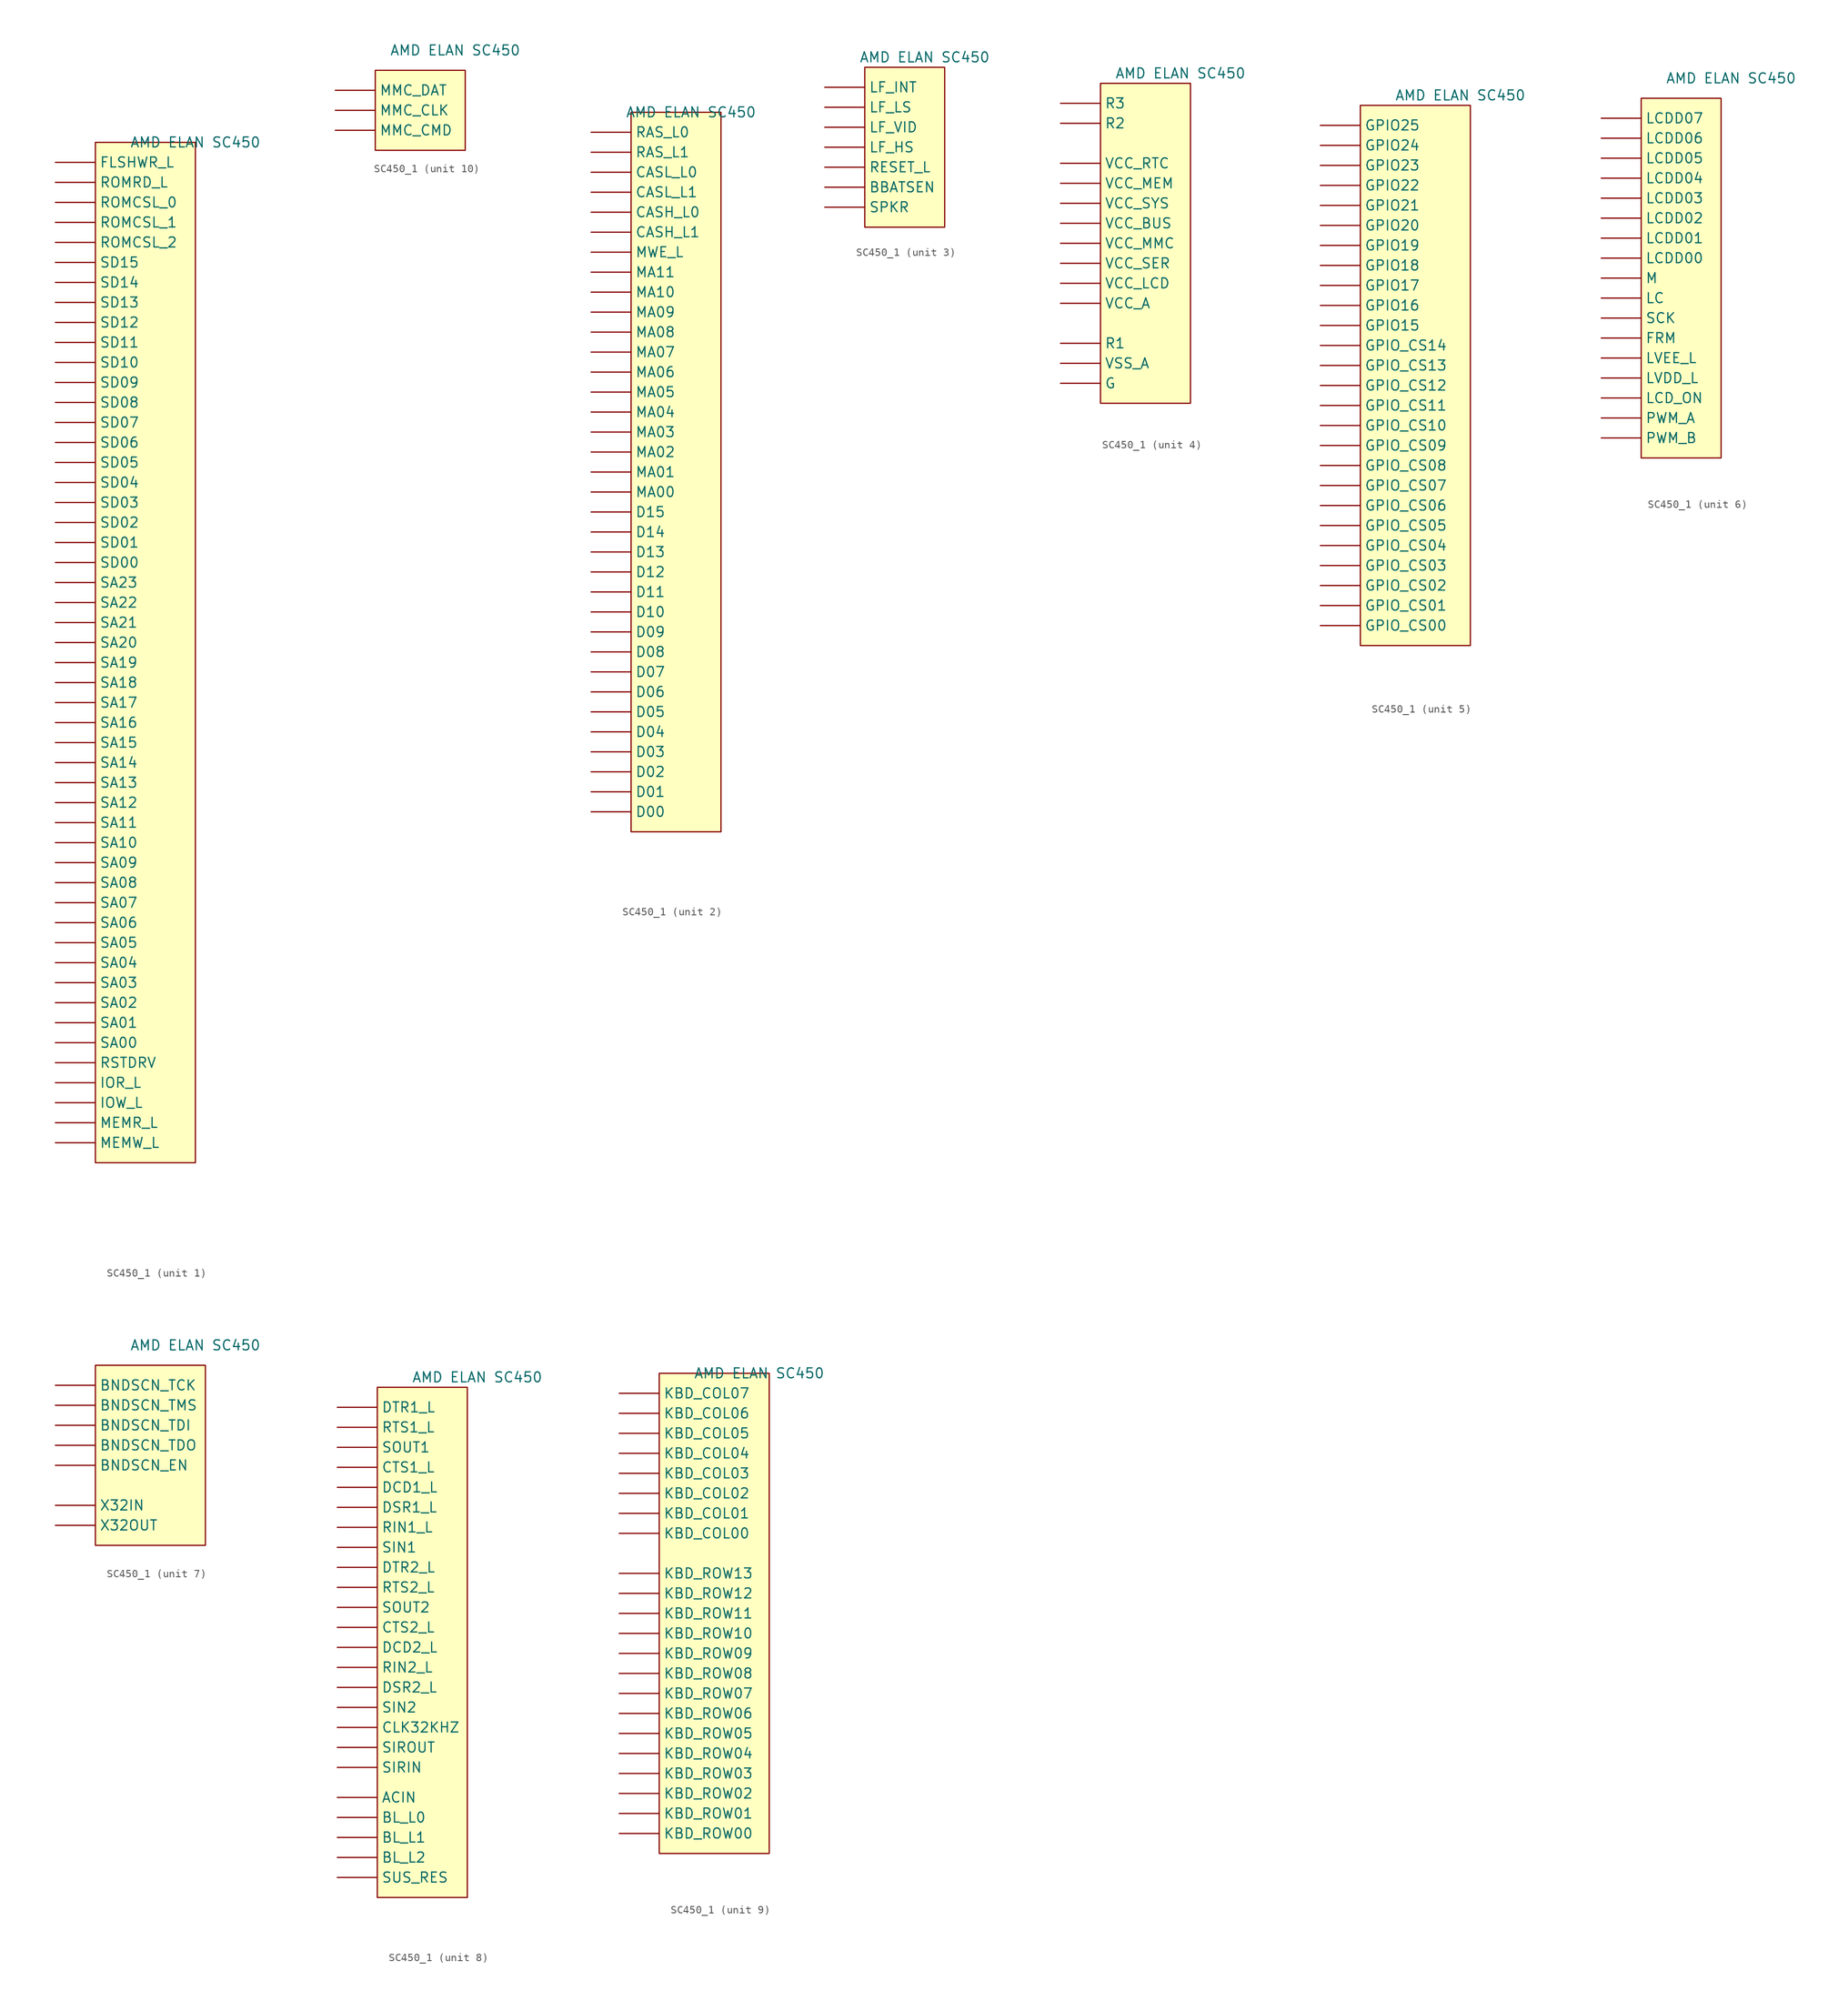
<source format=kicad_sym>
(kicad_symbol_lib
  (version 20241209)
  (generator "kicad_symbol_editor")
  (generator_version "9.0")
  (symbol "SC450_1"
    (property "Reference" "U"
      (at 0 1.27 0)
      (effects (font (size 1.27 1.27)) (hide yes)))
    (property "Value" "AMD ELAN SC450"
      (at 0 0 0)
      (effects (font (size 1.27 1.27))))
    (property "ki_locked" ""
      (at 0 0 0)
      (effects (font (size 1.27 1.27))))
    (symbol "SC450_1_1_1"
      (rectangle (start -12.7 0) (end 0 -129.54) (stroke (width 0) (type solid)) (fill (type background)))
      (pin passive line (at -17.78 -2.54 0) (length 5.08) (name "FLSHWR_L" (effects (font (size 1.27 1.27)))) (number "" (effects (font (size 1.27 1.27)))))
      (pin passive line (at -17.78 -5.08 0) (length 5.08) (name "ROMRD_L" (effects (font (size 1.27 1.27)))) (number "" (effects (font (size 1.27 1.27)))))
      (pin passive line (at -17.78 -7.62 0) (length 5.08) (name "ROMCSL_0" (effects (font (size 1.27 1.27)))) (number "" (effects (font (size 1.27 1.27)))))
      (pin passive line (at -17.78 -10.16 0) (length 5.08) (name "ROMCSL_1" (effects (font (size 1.27 1.27)))) (number "" (effects (font (size 1.27 1.27)))))
      (pin passive line (at -17.78 -12.7 0) (length 5.08) (name "ROMCSL_2" (effects (font (size 1.27 1.27)))) (number "" (effects (font (size 1.27 1.27)))))
      (pin passive line (at -17.78 -15.24 0) (length 5.08) (name "SD15" (effects (font (size 1.27 1.27)))) (number "" (effects (font (size 1.27 1.27)))))
      (pin passive line (at -17.78 -17.78 0) (length 5.08) (name "SD14" (effects (font (size 1.27 1.27)))) (number "" (effects (font (size 1.27 1.27)))))
      (pin passive line (at -17.78 -20.32 0) (length 5.08) (name "SD13" (effects (font (size 1.27 1.27)))) (number "" (effects (font (size 1.27 1.27)))))
      (pin passive line (at -17.78 -22.86 0) (length 5.08) (name "SD12" (effects (font (size 1.27 1.27)))) (number "" (effects (font (size 1.27 1.27)))))
      (pin passive line (at -17.78 -25.4 0) (length 5.08) (name "SD11" (effects (font (size 1.27 1.27)))) (number "" (effects (font (size 1.27 1.27)))))
      (pin passive line (at -17.78 -27.94 0) (length 5.08) (name "SD10" (effects (font (size 1.27 1.27)))) (number "" (effects (font (size 1.27 1.27)))))
      (pin passive line (at -17.78 -30.48 0) (length 5.08) (name "SD09" (effects (font (size 1.27 1.27)))) (number "" (effects (font (size 1.27 1.27)))))
      (pin passive line (at -17.78 -33.02 0) (length 5.08) (name "SD08" (effects (font (size 1.27 1.27)))) (number "" (effects (font (size 1.27 1.27)))))
      (pin passive line (at -17.78 -35.56 0) (length 5.08) (name "SD07" (effects (font (size 1.27 1.27)))) (number "" (effects (font (size 1.27 1.27)))))
      (pin passive line (at -17.78 -38.1 0) (length 5.08) (name "SD06" (effects (font (size 1.27 1.27)))) (number "" (effects (font (size 1.27 1.27)))))
      (pin passive line (at -17.78 -40.64 0) (length 5.08) (name "SD05" (effects (font (size 1.27 1.27)))) (number "" (effects (font (size 1.27 1.27)))))
      (pin passive line (at -17.78 -43.18 0) (length 5.08) (name "SD04" (effects (font (size 1.27 1.27)))) (number "" (effects (font (size 1.27 1.27)))))
      (pin passive line (at -17.78 -45.72 0) (length 5.08) (name "SD03" (effects (font (size 1.27 1.27)))) (number "" (effects (font (size 1.27 1.27)))))
      (pin passive line (at -17.78 -48.26 0) (length 5.08) (name "SD02" (effects (font (size 1.27 1.27)))) (number "" (effects (font (size 1.27 1.27)))))
      (pin passive line (at -17.78 -50.8 0) (length 5.08) (name "SD01" (effects (font (size 1.27 1.27)))) (number "" (effects (font (size 1.27 1.27)))))
      (pin passive line (at -17.78 -53.34 0) (length 5.08) (name "SD00" (effects (font (size 1.27 1.27)))) (number "" (effects (font (size 1.27 1.27)))))
      (pin passive line (at -17.78 -55.88 0) (length 5.08) (name "SA23" (effects (font (size 1.27 1.27)))) (number "" (effects (font (size 1.27 1.27)))))
      (pin passive line (at -17.78 -58.42 0) (length 5.08) (name "SA22" (effects (font (size 1.27 1.27)))) (number "" (effects (font (size 1.27 1.27)))))
      (pin passive line (at -17.78 -60.96 0) (length 5.08) (name "SA21" (effects (font (size 1.27 1.27)))) (number "" (effects (font (size 1.27 1.27)))))
      (pin passive line (at -17.78 -63.5 0) (length 5.08) (name "SA20" (effects (font (size 1.27 1.27)))) (number "" (effects (font (size 1.27 1.27)))))
      (pin passive line (at -17.78 -66.04 0) (length 5.08) (name "SA19" (effects (font (size 1.27 1.27)))) (number "" (effects (font (size 1.27 1.27)))))
      (pin passive line (at -17.78 -68.58 0) (length 5.08) (name "SA18" (effects (font (size 1.27 1.27)))) (number "" (effects (font (size 1.27 1.27)))))
      (pin passive line (at -17.78 -71.12 0) (length 5.08) (name "SA17" (effects (font (size 1.27 1.27)))) (number "" (effects (font (size 1.27 1.27)))))
      (pin passive line (at -17.78 -73.66 0) (length 5.08) (name "SA16" (effects (font (size 1.27 1.27)))) (number "" (effects (font (size 1.27 1.27)))))
      (pin passive line (at -17.78 -76.2 0) (length 5.08) (name "SA15" (effects (font (size 1.27 1.27)))) (number "" (effects (font (size 1.27 1.27)))))
      (pin passive line (at -17.78 -78.74 0) (length 5.08) (name "SA14" (effects (font (size 1.27 1.27)))) (number "" (effects (font (size 1.27 1.27)))))
      (pin passive line (at -17.78 -81.28 0) (length 5.08) (name "SA13" (effects (font (size 1.27 1.27)))) (number "" (effects (font (size 1.27 1.27)))))
      (pin passive line (at -17.78 -83.82 0) (length 5.08) (name "SA12" (effects (font (size 1.27 1.27)))) (number "" (effects (font (size 1.27 1.27)))))
      (pin passive line (at -17.78 -86.36 0) (length 5.08) (name "SA11" (effects (font (size 1.27 1.27)))) (number "" (effects (font (size 1.27 1.27)))))
      (pin passive line (at -17.78 -88.9 0) (length 5.08) (name "SA10" (effects (font (size 1.27 1.27)))) (number "" (effects (font (size 1.27 1.27)))))
      (pin passive line (at -17.78 -91.44 0) (length 5.08) (name "SA09" (effects (font (size 1.27 1.27)))) (number "" (effects (font (size 1.27 1.27)))))
      (pin passive line (at -17.78 -93.98 0) (length 5.08) (name "SA08" (effects (font (size 1.27 1.27)))) (number "" (effects (font (size 1.27 1.27)))))
      (pin passive line (at -17.78 -96.52 0) (length 5.08) (name "SA07" (effects (font (size 1.27 1.27)))) (number "" (effects (font (size 1.27 1.27)))))
      (pin passive line (at -17.78 -99.06 0) (length 5.08) (name "SA06" (effects (font (size 1.27 1.27)))) (number "" (effects (font (size 1.27 1.27)))))
      (pin passive line (at -17.78 -101.6 0) (length 5.08) (name "SA05" (effects (font (size 1.27 1.27)))) (number "" (effects (font (size 1.27 1.27)))))
      (pin passive line (at -17.78 -104.14 0) (length 5.08) (name "SA04" (effects (font (size 1.27 1.27)))) (number "" (effects (font (size 1.27 1.27)))))
      (pin passive line (at -17.78 -106.68 0) (length 5.08) (name "SA03" (effects (font (size 1.27 1.27)))) (number "" (effects (font (size 1.27 1.27)))))
      (pin passive line (at -17.78 -109.22 0) (length 5.08) (name "SA02" (effects (font (size 1.27 1.27)))) (number "" (effects (font (size 1.27 1.27)))))
      (pin passive line (at -17.78 -111.76 0) (length 5.08) (name "SA01" (effects (font (size 1.27 1.27)))) (number "" (effects (font (size 1.27 1.27)))))
      (pin passive line (at -17.78 -114.3 0) (length 5.08) (name "SA00" (effects (font (size 1.27 1.27)))) (number "" (effects (font (size 1.27 1.27)))))
      (pin passive line (at -17.78 -116.84 0) (length 5.08) (name "RSTDRV" (effects (font (size 1.27 1.27)))) (number "" (effects (font (size 1.27 1.27)))))
      (pin passive line (at -17.78 -119.38 0) (length 5.08) (name "IOR_L" (effects (font (size 1.27 1.27)))) (number "" (effects (font (size 1.27 1.27)))))
      (pin passive line (at -17.78 -121.92 0) (length 5.08) (name "IOW_L" (effects (font (size 1.27 1.27)))) (number "" (effects (font (size 1.27 1.27)))))
      (pin passive line (at -17.78 -124.46 0) (length 5.08) (name "MEMR_L" (effects (font (size 1.27 1.27)))) (number "" (effects (font (size 1.27 1.27)))))
      (pin passive line (at -17.78 -127 0) (length 5.08) (name "MEMW_L" (effects (font (size 1.27 1.27)))) (number "" (effects (font (size 1.27 1.27))))))
    (symbol "SC450_1_2_1"
      (rectangle (start -7.62 0) (end 3.81 -91.44) (stroke (width 0) (type solid)) (fill (type background)))
      (pin passive line (at -12.7 -2.54 0) (length 5.08) (name "RAS_L0" (effects (font (size 1.27 1.27)))) (number "" (effects (font (size 1.27 1.27)))))
      (pin passive line (at -12.7 -5.08 0) (length 5.08) (name "RAS_L1" (effects (font (size 1.27 1.27)))) (number "" (effects (font (size 1.27 1.27)))))
      (pin passive line (at -12.7 -7.62 0) (length 5.08) (name "CASL_L0" (effects (font (size 1.27 1.27)))) (number "" (effects (font (size 1.27 1.27)))))
      (pin passive line (at -12.7 -10.16 0) (length 5.08) (name "CASL_L1" (effects (font (size 1.27 1.27)))) (number "" (effects (font (size 1.27 1.27)))))
      (pin passive line (at -12.7 -12.7 0) (length 5.08) (name "CASH_L0" (effects (font (size 1.27 1.27)))) (number "" (effects (font (size 1.27 1.27)))))
      (pin passive line (at -12.7 -15.24 0) (length 5.08) (name "CASH_L1" (effects (font (size 1.27 1.27)))) (number "" (effects (font (size 1.27 1.27)))))
      (pin passive line (at -12.7 -17.78 0) (length 5.08) (name "MWE_L" (effects (font (size 1.27 1.27)))) (number "" (effects (font (size 1.27 1.27)))))
      (pin passive line (at -12.7 -20.32 0) (length 5.08) (name "MA11" (effects (font (size 1.27 1.27)))) (number "" (effects (font (size 1.27 1.27)))))
      (pin passive line (at -12.7 -22.86 0) (length 5.08) (name "MA10" (effects (font (size 1.27 1.27)))) (number "" (effects (font (size 1.27 1.27)))))
      (pin passive line (at -12.7 -25.4 0) (length 5.08) (name "MA09" (effects (font (size 1.27 1.27)))) (number "" (effects (font (size 1.27 1.27)))))
      (pin passive line (at -12.7 -27.94 0) (length 5.08) (name "MA08" (effects (font (size 1.27 1.27)))) (number "" (effects (font (size 1.27 1.27)))))
      (pin passive line (at -12.7 -30.48 0) (length 5.08) (name "MA07" (effects (font (size 1.27 1.27)))) (number "" (effects (font (size 1.27 1.27)))))
      (pin passive line (at -12.7 -33.02 0) (length 5.08) (name "MA06" (effects (font (size 1.27 1.27)))) (number "" (effects (font (size 1.27 1.27)))))
      (pin passive line (at -12.7 -35.56 0) (length 5.08) (name "MA05" (effects (font (size 1.27 1.27)))) (number "" (effects (font (size 1.27 1.27)))))
      (pin passive line (at -12.7 -38.1 0) (length 5.08) (name "MA04" (effects (font (size 1.27 1.27)))) (number "" (effects (font (size 1.27 1.27)))))
      (pin passive line (at -12.7 -40.64 0) (length 5.08) (name "MA03" (effects (font (size 1.27 1.27)))) (number "" (effects (font (size 1.27 1.27)))))
      (pin passive line (at -12.7 -43.18 0) (length 5.08) (name "MA02" (effects (font (size 1.27 1.27)))) (number "" (effects (font (size 1.27 1.27)))))
      (pin passive line (at -12.7 -45.72 0) (length 5.08) (name "MA01" (effects (font (size 1.27 1.27)))) (number "" (effects (font (size 1.27 1.27)))))
      (pin passive line (at -12.7 -48.26 0) (length 5.08) (name "MA00" (effects (font (size 1.27 1.27)))) (number "" (effects (font (size 1.27 1.27)))))
      (pin passive line (at -12.7 -50.8 0) (length 5.08) (name "D15" (effects (font (size 1.27 1.27)))) (number "" (effects (font (size 1.27 1.27)))))
      (pin passive line (at -12.7 -53.34 0) (length 5.08) (name "D14" (effects (font (size 1.27 1.27)))) (number "" (effects (font (size 1.27 1.27)))))
      (pin passive line (at -12.7 -55.88 0) (length 5.08) (name "D13" (effects (font (size 1.27 1.27)))) (number "" (effects (font (size 1.27 1.27)))))
      (pin passive line (at -12.7 -58.42 0) (length 5.08) (name "D12" (effects (font (size 1.27 1.27)))) (number "" (effects (font (size 1.27 1.27)))))
      (pin passive line (at -12.7 -60.96 0) (length 5.08) (name "D11" (effects (font (size 1.27 1.27)))) (number "" (effects (font (size 1.27 1.27)))))
      (pin passive line (at -12.7 -63.5 0) (length 5.08) (name "D10" (effects (font (size 1.27 1.27)))) (number "" (effects (font (size 1.27 1.27)))))
      (pin passive line (at -12.7 -66.04 0) (length 5.08) (name "D09" (effects (font (size 1.27 1.27)))) (number "" (effects (font (size 1.27 1.27)))))
      (pin passive line (at -12.7 -68.58 0) (length 5.08) (name "D08" (effects (font (size 1.27 1.27)))) (number "" (effects (font (size 1.27 1.27)))))
      (pin passive line (at -12.7 -71.12 0) (length 5.08) (name "D07" (effects (font (size 1.27 1.27)))) (number "" (effects (font (size 1.27 1.27)))))
      (pin passive line (at -12.7 -73.66 0) (length 5.08) (name "D06" (effects (font (size 1.27 1.27)))) (number "" (effects (font (size 1.27 1.27)))))
      (pin passive line (at -12.7 -76.2 0) (length 5.08) (name "D05" (effects (font (size 1.27 1.27)))) (number "" (effects (font (size 1.27 1.27)))))
      (pin passive line (at -12.7 -78.74 0) (length 5.08) (name "D04" (effects (font (size 1.27 1.27)))) (number "" (effects (font (size 1.27 1.27)))))
      (pin passive line (at -12.7 -81.28 0) (length 5.08) (name "D03" (effects (font (size 1.27 1.27)))) (number "" (effects (font (size 1.27 1.27)))))
      (pin passive line (at -12.7 -83.82 0) (length 5.08) (name "D02" (effects (font (size 1.27 1.27)))) (number "" (effects (font (size 1.27 1.27)))))
      (pin passive line (at -12.7 -86.36 0) (length 5.08) (name "D01" (effects (font (size 1.27 1.27)))) (number "" (effects (font (size 1.27 1.27)))))
      (pin passive line (at -12.7 -88.9 0) (length 5.08) (name "D00" (effects (font (size 1.27 1.27)))) (number "" (effects (font (size 1.27 1.27))))))
    (symbol "SC450_1_3_1"
      (rectangle (start -7.62 -1.27) (end 2.54 -21.59) (stroke (width 0) (type solid)) (fill (type background)))
      (pin passive line (at -12.7 -3.81 0) (length 5.08) (name "LF_INT" (effects (font (size 1.27 1.27)))) (number "" (effects (font (size 1.27 1.27)))))
      (pin passive line (at -12.7 -6.35 0) (length 5.08) (name "LF_LS" (effects (font (size 1.27 1.27)))) (number "" (effects (font (size 1.27 1.27)))))
      (pin passive line (at -12.7 -8.89 0) (length 5.08) (name "LF_VID" (effects (font (size 1.27 1.27)))) (number "" (effects (font (size 1.27 1.27)))))
      (pin passive line (at -12.7 -11.43 0) (length 5.08) (name "LF_HS" (effects (font (size 1.27 1.27)))) (number "" (effects (font (size 1.27 1.27)))))
      (pin passive line (at -12.7 -13.97 0) (length 5.08) (name "RESET_L" (effects (font (size 1.27 1.27)))) (number "" (effects (font (size 1.27 1.27)))))
      (pin passive line (at -12.7 -16.51 0) (length 5.08) (name "BBATSEN" (effects (font (size 1.27 1.27)))) (number "" (effects (font (size 1.27 1.27)))))
      (pin passive line (at -12.7 -19.05 0) (length 5.08) (name "SPKR" (effects (font (size 1.27 1.27)))) (number "" (effects (font (size 1.27 1.27))))))
    (symbol "SC450_1_4_1"
      (rectangle (start -10.16 -1.27) (end 1.27 -41.91) (stroke (width 0) (type solid)) (fill (type background)))
      (pin passive line (at -15.24 -3.81 0) (length 5.08) (name "R3" (effects (font (size 1.27 1.27)))) (number "" (effects (font (size 1.27 1.27)))))
      (pin passive line (at -15.24 -3.81 0) (length 5.08) (hide yes) (name "R3" (effects (font (size 1.27 1.27)))) (number "" (effects (font (size 1.27 1.27)))))
      (pin passive line (at -15.24 -3.81 0) (length 5.08) (hide yes) (name "R3" (effects (font (size 1.27 1.27)))) (number "" (effects (font (size 1.27 1.27)))))
      (pin passive line (at -15.24 -3.81 0) (length 5.08) (hide yes) (name "R3" (effects (font (size 1.27 1.27)))) (number "" (effects (font (size 1.27 1.27)))))
      (pin passive line (at -15.24 -3.81 0) (length 5.08) (hide yes) (name "R3" (effects (font (size 1.27 1.27)))) (number "" (effects (font (size 1.27 1.27)))))
      (pin passive line (at -15.24 -3.81 0) (length 5.08) (hide yes) (name "R3" (effects (font (size 1.27 1.27)))) (number "" (effects (font (size 1.27 1.27)))))
      (pin passive line (at -15.24 -3.81 0) (length 5.08) (hide yes) (name "R3" (effects (font (size 1.27 1.27)))) (number "" (effects (font (size 1.27 1.27)))))
      (pin passive line (at -15.24 -3.81 0) (length 5.08) (hide yes) (name "R3" (effects (font (size 1.27 1.27)))) (number "" (effects (font (size 1.27 1.27)))))
      (pin passive line (at -15.24 -6.35 0) (length 5.08) (name "R2" (effects (font (size 1.27 1.27)))) (number "" (effects (font (size 1.27 1.27)))))
      (pin passive line (at -15.24 -6.35 0) (length 5.08) (hide yes) (name "R2" (effects (font (size 1.27 1.27)))) (number "" (effects (font (size 1.27 1.27)))))
      (pin passive line (at -15.24 -6.35 0) (length 5.08) (hide yes) (name "R2" (effects (font (size 1.27 1.27)))) (number "" (effects (font (size 1.27 1.27)))))
      (pin passive line (at -15.24 -6.35 0) (length 5.08) (hide yes) (name "R2" (effects (font (size 1.27 1.27)))) (number "" (effects (font (size 1.27 1.27)))))
      (pin passive line (at -15.24 -6.35 0) (length 5.08) (hide yes) (name "R2" (effects (font (size 1.27 1.27)))) (number "" (effects (font (size 1.27 1.27)))))
      (pin passive line (at -15.24 -6.35 0) (length 5.08) (hide yes) (name "R2" (effects (font (size 1.27 1.27)))) (number "" (effects (font (size 1.27 1.27)))))
      (pin passive line (at -15.24 -11.43 0) (length 5.08) (name "VCC_RTC" (effects (font (size 1.27 1.27)))) (number "" (effects (font (size 1.27 1.27)))))
      (pin passive line (at -15.24 -13.97 0) (length 5.08) (name "VCC_MEM" (effects (font (size 1.27 1.27)))) (number "" (effects (font (size 1.27 1.27)))))
      (pin passive line (at -15.24 -13.97 0) (length 5.08) (hide yes) (name "VCC_MEM" (effects (font (size 1.27 1.27)))) (number "" (effects (font (size 1.27 1.27)))))
      (pin passive line (at -15.24 -13.97 0) (length 5.08) (hide yes) (name "VCC_MEM" (effects (font (size 1.27 1.27)))) (number "" (effects (font (size 1.27 1.27)))))
      (pin passive line (at -15.24 -13.97 0) (length 5.08) (hide yes) (name "VCC_MEM" (effects (font (size 1.27 1.27)))) (number "" (effects (font (size 1.27 1.27)))))
      (pin passive line (at -15.24 -13.97 0) (length 5.08) (hide yes) (name "VCC_MEM" (effects (font (size 1.27 1.27)))) (number "" (effects (font (size 1.27 1.27)))))
      (pin passive line (at -15.24 -16.51 0) (length 5.08) (name "VCC_SYS" (effects (font (size 1.27 1.27)))) (number "" (effects (font (size 1.27 1.27)))))
      (pin passive line (at -15.24 -16.51 0) (length 5.08) (hide yes) (name "VCC_SYS" (effects (font (size 1.27 1.27)))) (number "" (effects (font (size 1.27 1.27)))))
      (pin passive line (at -15.24 -16.51 0) (length 5.08) (hide yes) (name "VCC_SYS" (effects (font (size 1.27 1.27)))) (number "" (effects (font (size 1.27 1.27)))))
      (pin passive line (at -15.24 -16.51 0) (length 5.08) (hide yes) (name "VCC_SYS" (effects (font (size 1.27 1.27)))) (number "" (effects (font (size 1.27 1.27)))))
      (pin passive line (at -15.24 -16.51 0) (length 5.08) (hide yes) (name "VCC_SYS" (effects (font (size 1.27 1.27)))) (number "" (effects (font (size 1.27 1.27)))))
      (pin passive line (at -15.24 -19.05 0) (length 5.08) (name "VCC_BUS" (effects (font (size 1.27 1.27)))) (number "" (effects (font (size 1.27 1.27)))))
      (pin passive line (at -15.24 -19.05 0) (length 5.08) (hide yes) (name "VCC_BUS" (effects (font (size 1.27 1.27)))) (number "" (effects (font (size 1.27 1.27)))))
      (pin passive line (at -15.24 -19.05 0) (length 5.08) (hide yes) (name "VCC_BUS" (effects (font (size 1.27 1.27)))) (number "" (effects (font (size 1.27 1.27)))))
      (pin passive line (at -15.24 -19.05 0) (length 5.08) (hide yes) (name "VCC_BUS" (effects (font (size 1.27 1.27)))) (number "" (effects (font (size 1.27 1.27)))))
      (pin passive line (at -15.24 -21.59 0) (length 5.08) (name "VCC_MMC" (effects (font (size 1.27 1.27)))) (number "" (effects (font (size 1.27 1.27)))))
      (pin passive line (at -15.24 -24.13 0) (length 5.08) (name "VCC_SER" (effects (font (size 1.27 1.27)))) (number "" (effects (font (size 1.27 1.27)))))
      (pin passive line (at -15.24 -24.13 0) (length 5.08) (hide yes) (name "VCC_SER" (effects (font (size 1.27 1.27)))) (number "" (effects (font (size 1.27 1.27)))))
      (pin passive line (at -15.24 -26.67 0) (length 5.08) (name "VCC_LCD" (effects (font (size 1.27 1.27)))) (number "" (effects (font (size 1.27 1.27)))))
      (pin passive line (at -15.24 -26.67 0) (length 5.08) (hide yes) (name "VCC_LCD" (effects (font (size 1.27 1.27)))) (number "" (effects (font (size 1.27 1.27)))))
      (pin passive line (at -15.24 -29.21 0) (length 5.08) (name "VCC_A" (effects (font (size 1.27 1.27)))) (number "" (effects (font (size 1.27 1.27)))))
      (pin passive line (at -15.24 -34.29 0) (length 5.08) (name "R1" (effects (font (size 1.27 1.27)))) (number "" (effects (font (size 1.27 1.27)))))
      (pin passive line (at -15.24 -34.29 0) (length 5.08) (hide yes) (name "R1" (effects (font (size 1.27 1.27)))) (number "" (effects (font (size 1.27 1.27)))))
      (pin passive line (at -15.24 -34.29 0) (length 5.08) (hide yes) (name "R1" (effects (font (size 1.27 1.27)))) (number "" (effects (font (size 1.27 1.27)))))
      (pin passive line (at -15.24 -34.29 0) (length 5.08) (hide yes) (name "R1" (effects (font (size 1.27 1.27)))) (number "" (effects (font (size 1.27 1.27)))))
      (pin passive line (at -15.24 -34.29 0) (length 5.08) (hide yes) (name "R1" (effects (font (size 1.27 1.27)))) (number "" (effects (font (size 1.27 1.27)))))
      (pin passive line (at -15.24 -34.29 0) (length 5.08) (hide yes) (name "R1" (effects (font (size 1.27 1.27)))) (number "" (effects (font (size 1.27 1.27)))))
      (pin passive line (at -15.24 -34.29 0) (length 5.08) (hide yes) (name "R1" (effects (font (size 1.27 1.27)))) (number "" (effects (font (size 1.27 1.27)))))
      (pin passive line (at -15.24 -34.29 0) (length 5.08) (hide yes) (name "R1" (effects (font (size 1.27 1.27)))) (number "" (effects (font (size 1.27 1.27)))))
      (pin passive line (at -15.24 -34.29 0) (length 5.08) (hide yes) (name "R1" (effects (font (size 1.27 1.27)))) (number "" (effects (font (size 1.27 1.27)))))
      (pin passive line (at -15.24 -34.29 0) (length 5.08) (hide yes) (name "R1" (effects (font (size 1.27 1.27)))) (number "" (effects (font (size 1.27 1.27)))))
      (pin passive line (at -15.24 -34.29 0) (length 5.08) (hide yes) (name "R1" (effects (font (size 1.27 1.27)))) (number "" (effects (font (size 1.27 1.27)))))
      (pin passive line (at -15.24 -34.29 0) (length 5.08) (hide yes) (name "R1" (effects (font (size 1.27 1.27)))) (number "" (effects (font (size 1.27 1.27)))))
      (pin passive line (at -15.24 -34.29 0) (length 5.08) (hide yes) (name "R1" (effects (font (size 1.27 1.27)))) (number "" (effects (font (size 1.27 1.27)))))
      (pin passive line (at -15.24 -34.29 0) (length 5.08) (hide yes) (name "R1" (effects (font (size 1.27 1.27)))) (number "" (effects (font (size 1.27 1.27)))))
      (pin passive line (at -15.24 -34.29 0) (length 5.08) (hide yes) (name "R1" (effects (font (size 1.27 1.27)))) (number "" (effects (font (size 1.27 1.27)))))
      (pin passive line (at -15.24 -34.29 0) (length 5.08) (hide yes) (name "R1" (effects (font (size 1.27 1.27)))) (number "" (effects (font (size 1.27 1.27)))))
      (pin passive line (at -15.24 -34.29 0) (length 5.08) (hide yes) (name "R1" (effects (font (size 1.27 1.27)))) (number "" (effects (font (size 1.27 1.27)))))
      (pin passive line (at -15.24 -36.83 0) (length 5.08) (name "VSS_A" (effects (font (size 1.27 1.27)))) (number "" (effects (font (size 1.27 1.27)))))
      (pin passive line (at -15.24 -39.37 0) (length 5.08) (name "G" (effects (font (size 1.27 1.27)))) (number "" (effects (font (size 1.27 1.27)))))
      (pin passive line (at -15.24 -39.37 0) (length 5.08) (hide yes) (name "G" (effects (font (size 1.27 1.27)))) (number "" (effects (font (size 1.27 1.27)))))
      (pin passive line (at -15.24 -39.37 0) (length 5.08) (hide yes) (name "G" (effects (font (size 1.27 1.27)))) (number "" (effects (font (size 1.27 1.27)))))
      (pin passive line (at -15.24 -39.37 0) (length 5.08) (hide yes) (name "G" (effects (font (size 1.27 1.27)))) (number "" (effects (font (size 1.27 1.27)))))
      (pin passive line (at -15.24 -39.37 0) (length 5.08) (hide yes) (name "G" (effects (font (size 1.27 1.27)))) (number "" (effects (font (size 1.27 1.27)))))
      (pin passive line (at -15.24 -39.37 0) (length 5.08) (hide yes) (name "G" (effects (font (size 1.27 1.27)))) (number "" (effects (font (size 1.27 1.27)))))
      (pin passive line (at -15.24 -39.37 0) (length 5.08) (hide yes) (name "G" (effects (font (size 1.27 1.27)))) (number "" (effects (font (size 1.27 1.27)))))
      (pin passive line (at -15.24 -39.37 0) (length 5.08) (hide yes) (name "G" (effects (font (size 1.27 1.27)))) (number "" (effects (font (size 1.27 1.27))))))
    (symbol "SC450_1_5_1"
      (rectangle (start -12.7 -1.27) (end 1.27 -69.85) (stroke (width 0) (type solid)) (fill (type background)))
      (pin passive line (at -17.78 -3.81 0) (length 5.08) (name "GPIO25" (effects (font (size 1.27 1.27)))) (number "" (effects (font (size 1.27 1.27)))))
      (pin passive line (at -17.78 -6.35 0) (length 5.08) (name "GPIO24" (effects (font (size 1.27 1.27)))) (number "" (effects (font (size 1.27 1.27)))))
      (pin passive line (at -17.78 -8.89 0) (length 5.08) (name "GPIO23" (effects (font (size 1.27 1.27)))) (number "" (effects (font (size 1.27 1.27)))))
      (pin passive line (at -17.78 -11.43 0) (length 5.08) (name "GPIO22" (effects (font (size 1.27 1.27)))) (number "" (effects (font (size 1.27 1.27)))))
      (pin passive line (at -17.78 -13.97 0) (length 5.08) (name "GPIO21" (effects (font (size 1.27 1.27)))) (number "" (effects (font (size 1.27 1.27)))))
      (pin passive line (at -17.78 -16.51 0) (length 5.08) (name "GPIO20" (effects (font (size 1.27 1.27)))) (number "" (effects (font (size 1.27 1.27)))))
      (pin passive line (at -17.78 -19.05 0) (length 5.08) (name "GPIO19" (effects (font (size 1.27 1.27)))) (number "" (effects (font (size 1.27 1.27)))))
      (pin passive line (at -17.78 -21.59 0) (length 5.08) (name "GPIO18" (effects (font (size 1.27 1.27)))) (number "" (effects (font (size 1.27 1.27)))))
      (pin passive line (at -17.78 -24.13 0) (length 5.08) (name "GPIO17" (effects (font (size 1.27 1.27)))) (number "" (effects (font (size 1.27 1.27)))))
      (pin passive line (at -17.78 -26.67 0) (length 5.08) (name "GPIO16" (effects (font (size 1.27 1.27)))) (number "" (effects (font (size 1.27 1.27)))))
      (pin passive line (at -17.78 -29.21 0) (length 5.08) (name "GPIO15" (effects (font (size 1.27 1.27)))) (number "" (effects (font (size 1.27 1.27)))))
      (pin passive line (at -17.78 -31.75 0) (length 5.08) (name "GPIO_CS14" (effects (font (size 1.27 1.27)))) (number "" (effects (font (size 1.27 1.27)))))
      (pin passive line (at -17.78 -34.29 0) (length 5.08) (name "GPIO_CS13" (effects (font (size 1.27 1.27)))) (number "" (effects (font (size 1.27 1.27)))))
      (pin passive line (at -17.78 -36.83 0) (length 5.08) (name "GPIO_CS12" (effects (font (size 1.27 1.27)))) (number "" (effects (font (size 1.27 1.27)))))
      (pin passive line (at -17.78 -39.37 0) (length 5.08) (name "GPIO_CS11" (effects (font (size 1.27 1.27)))) (number "" (effects (font (size 1.27 1.27)))))
      (pin passive line (at -17.78 -41.91 0) (length 5.08) (name "GPIO_CS10" (effects (font (size 1.27 1.27)))) (number "" (effects (font (size 1.27 1.27)))))
      (pin passive line (at -17.78 -44.45 0) (length 5.08) (name "GPIO_CS09" (effects (font (size 1.27 1.27)))) (number "" (effects (font (size 1.27 1.27)))))
      (pin passive line (at -17.78 -46.99 0) (length 5.08) (name "GPIO_CS08" (effects (font (size 1.27 1.27)))) (number "" (effects (font (size 1.27 1.27)))))
      (pin passive line (at -17.78 -49.53 0) (length 5.08) (name "GPIO_CS07" (effects (font (size 1.27 1.27)))) (number "" (effects (font (size 1.27 1.27)))))
      (pin passive line (at -17.78 -52.07 0) (length 5.08) (name "GPIO_CS06" (effects (font (size 1.27 1.27)))) (number "" (effects (font (size 1.27 1.27)))))
      (pin passive line (at -17.78 -54.61 0) (length 5.08) (name "GPIO_CS05" (effects (font (size 1.27 1.27)))) (number "" (effects (font (size 1.27 1.27)))))
      (pin passive line (at -17.78 -57.15 0) (length 5.08) (name "GPIO_CS04" (effects (font (size 1.27 1.27)))) (number "" (effects (font (size 1.27 1.27)))))
      (pin passive line (at -17.78 -59.69 0) (length 5.08) (name "GPIO_CS03" (effects (font (size 1.27 1.27)))) (number "" (effects (font (size 1.27 1.27)))))
      (pin passive line (at -17.78 -62.23 0) (length 5.08) (name "GPIO_CS02" (effects (font (size 1.27 1.27)))) (number "" (effects (font (size 1.27 1.27)))))
      (pin passive line (at -17.78 -64.77 0) (length 5.08) (name "GPIO_CS01" (effects (font (size 1.27 1.27)))) (number "" (effects (font (size 1.27 1.27)))))
      (pin passive line (at -17.78 -67.31 0) (length 5.08) (name "GPIO_CS00" (effects (font (size 1.27 1.27)))) (number "" (effects (font (size 1.27 1.27))))))
    (symbol "SC450_1_6_1"
      (rectangle (start -11.43 -2.54) (end -1.27 -48.26) (stroke (width 0) (type solid)) (fill (type background)))
      (pin passive line (at -16.51 -5.08 0) (length 5.08) (name "LCDD07" (effects (font (size 1.27 1.27)))) (number "" (effects (font (size 1.27 1.27)))))
      (pin passive line (at -16.51 -7.62 0) (length 5.08) (name "LCDD06" (effects (font (size 1.27 1.27)))) (number "" (effects (font (size 1.27 1.27)))))
      (pin passive line (at -16.51 -10.16 0) (length 5.08) (name "LCDD05" (effects (font (size 1.27 1.27)))) (number "" (effects (font (size 1.27 1.27)))))
      (pin passive line (at -16.51 -12.7 0) (length 5.08) (name "LCDD04" (effects (font (size 1.27 1.27)))) (number "" (effects (font (size 1.27 1.27)))))
      (pin passive line (at -16.51 -15.24 0) (length 5.08) (name "LCDD03" (effects (font (size 1.27 1.27)))) (number "" (effects (font (size 1.27 1.27)))))
      (pin passive line (at -16.51 -17.78 0) (length 5.08) (name "LCDD02" (effects (font (size 1.27 1.27)))) (number "" (effects (font (size 1.27 1.27)))))
      (pin passive line (at -16.51 -20.32 0) (length 5.08) (name "LCDD01" (effects (font (size 1.27 1.27)))) (number "" (effects (font (size 1.27 1.27)))))
      (pin passive line (at -16.51 -22.86 0) (length 5.08) (name "LCDD00" (effects (font (size 1.27 1.27)))) (number "" (effects (font (size 1.27 1.27)))))
      (pin passive line (at -16.51 -25.4 0) (length 5.08) (name "M" (effects (font (size 1.27 1.27)))) (number "" (effects (font (size 1.27 1.27)))))
      (pin passive line (at -16.51 -27.94 0) (length 5.08) (name "LC" (effects (font (size 1.27 1.27)))) (number "" (effects (font (size 1.27 1.27)))))
      (pin passive line (at -16.51 -30.48 0) (length 5.08) (name "SCK" (effects (font (size 1.27 1.27)))) (number "" (effects (font (size 1.27 1.27)))))
      (pin passive line (at -16.51 -33.02 0) (length 5.08) (name "FRM" (effects (font (size 1.27 1.27)))) (number "" (effects (font (size 1.27 1.27)))))
      (pin passive line (at -16.51 -35.56 0) (length 5.08) (name "LVEE_L" (effects (font (size 1.27 1.27)))) (number "" (effects (font (size 1.27 1.27)))))
      (pin passive line (at -16.51 -38.1 0) (length 5.08) (name "LVDD_L" (effects (font (size 1.27 1.27)))) (number "" (effects (font (size 1.27 1.27)))))
      (pin passive line (at -16.51 -40.64 0) (length 5.08) (name "LCD_ON" (effects (font (size 1.27 1.27)))) (number "" (effects (font (size 1.27 1.27)))))
      (pin passive line (at -16.51 -43.18 0) (length 5.08) (name "PWM_A" (effects (font (size 1.27 1.27)))) (number "" (effects (font (size 1.27 1.27)))))
      (pin passive line (at -16.51 -45.72 0) (length 5.08) (name "PWM_B" (effects (font (size 1.27 1.27)))) (number "" (effects (font (size 1.27 1.27))))))
    (symbol "SC450_1_7_1"
      (rectangle (start -12.7 -2.54) (end 1.27 -25.4) (stroke (width 0) (type solid)) (fill (type background)))
      (pin passive line (at -17.78 -5.08 0) (length 5.08) (name "BNDSCN_TCK" (effects (font (size 1.27 1.27)))) (number "" (effects (font (size 1.27 1.27)))))
      (pin passive line (at -17.78 -7.62 0) (length 5.08) (name "BNDSCN_TMS" (effects (font (size 1.27 1.27)))) (number "" (effects (font (size 1.27 1.27)))))
      (pin passive line (at -17.78 -10.16 0) (length 5.08) (name "BNDSCN_TDI" (effects (font (size 1.27 1.27)))) (number "" (effects (font (size 1.27 1.27)))))
      (pin passive line (at -17.78 -12.7 0) (length 5.08) (name "BNDSCN_TDO" (effects (font (size 1.27 1.27)))) (number "" (effects (font (size 1.27 1.27)))))
      (pin passive line (at -17.78 -15.24 0) (length 5.08) (name "BNDSCN_EN" (effects (font (size 1.27 1.27)))) (number "" (effects (font (size 1.27 1.27)))))
      (pin passive line (at -17.78 -20.32 0) (length 5.08) (name "X32IN" (effects (font (size 1.27 1.27)))) (number "" (effects (font (size 1.27 1.27)))))
      (pin passive line (at -17.78 -22.86 0) (length 5.08) (name "X32OUT" (effects (font (size 1.27 1.27)))) (number "" (effects (font (size 1.27 1.27))))))
    (symbol "SC450_1_8_1"
      (rectangle (start -12.7 -1.27) (end -1.27 -66.04) (stroke (width 0) (type solid)) (fill (type background)))
      (pin passive line (at -17.78 -3.81 0) (length 5.08) (name "DTR1_L" (effects (font (size 1.27 1.27)))) (number "" (effects (font (size 1.27 1.27)))))
      (pin passive line (at -17.78 -6.35 0) (length 5.08) (name "RTS1_L" (effects (font (size 1.27 1.27)))) (number "" (effects (font (size 1.27 1.27)))))
      (pin passive line (at -17.78 -8.89 0) (length 5.08) (name "SOUT1" (effects (font (size 1.27 1.27)))) (number "" (effects (font (size 1.27 1.27)))))
      (pin passive line (at -17.78 -11.43 0) (length 5.08) (name "CTS1_L" (effects (font (size 1.27 1.27)))) (number "" (effects (font (size 1.27 1.27)))))
      (pin passive line (at -17.78 -13.97 0) (length 5.08) (name "DCD1_L" (effects (font (size 1.27 1.27)))) (number "" (effects (font (size 1.27 1.27)))))
      (pin passive line (at -17.78 -16.51 0) (length 5.08) (name "DSR1_L" (effects (font (size 1.27 1.27)))) (number "" (effects (font (size 1.27 1.27)))))
      (pin passive line (at -17.78 -19.05 0) (length 5.08) (name "RIN1_L" (effects (font (size 1.27 1.27)))) (number "" (effects (font (size 1.27 1.27)))))
      (pin passive line (at -17.78 -21.59 0) (length 5.08) (name "SIN1" (effects (font (size 1.27 1.27)))) (number "" (effects (font (size 1.27 1.27)))))
      (pin passive line (at -17.78 -24.13 0) (length 5.08) (name "DTR2_L" (effects (font (size 1.27 1.27)))) (number "" (effects (font (size 1.27 1.27)))))
      (pin passive line (at -17.78 -26.67 0) (length 5.08) (name "RTS2_L" (effects (font (size 1.27 1.27)))) (number "" (effects (font (size 1.27 1.27)))))
      (pin passive line (at -17.78 -29.21 0) (length 5.08) (name "SOUT2" (effects (font (size 1.27 1.27)))) (number "" (effects (font (size 1.27 1.27)))))
      (pin passive line (at -17.78 -31.75 0) (length 5.08) (name "CTS2_L" (effects (font (size 1.27 1.27)))) (number "" (effects (font (size 1.27 1.27)))))
      (pin passive line (at -17.78 -34.29 0) (length 5.08) (name "DCD2_L" (effects (font (size 1.27 1.27)))) (number "" (effects (font (size 1.27 1.27)))))
      (pin passive line (at -17.78 -36.83 0) (length 5.08) (name "RIN2_L" (effects (font (size 1.27 1.27)))) (number "" (effects (font (size 1.27 1.27)))))
      (pin passive line (at -17.78 -39.37 0) (length 5.08) (name "DSR2_L" (effects (font (size 1.27 1.27)))) (number "" (effects (font (size 1.27 1.27)))))
      (pin passive line (at -17.78 -41.91 0) (length 5.08) (name "SIN2" (effects (font (size 1.27 1.27)))) (number "" (effects (font (size 1.27 1.27)))))
      (pin passive line (at -17.78 -44.45 0) (length 5.08) (name "CLK32KHZ" (effects (font (size 1.27 1.27)))) (number "" (effects (font (size 1.27 1.27)))))
      (pin passive line (at -17.78 -46.99 0) (length 5.08) (name "SIROUT" (effects (font (size 1.27 1.27)))) (number "" (effects (font (size 1.27 1.27)))))
      (pin passive line (at -17.78 -49.53 0) (length 5.08) (name "SIRIN" (effects (font (size 1.27 1.27)))) (number "" (effects (font (size 1.27 1.27)))))
      (pin passive line (at -17.78 -53.34 0) (length 5.08) (name "ACIN" (effects (font (size 1.27 1.27)))) (number "" (effects (font (size 1.27 1.27)))))
      (pin passive line (at -17.78 -55.88 0) (length 5.08) (name "BL_L0" (effects (font (size 1.27 1.27)))) (number "" (effects (font (size 1.27 1.27)))))
      (pin passive line (at -17.78 -58.42 0) (length 5.08) (name "BL_L1" (effects (font (size 1.27 1.27)))) (number "" (effects (font (size 1.27 1.27)))))
      (pin passive line (at -17.78 -60.96 0) (length 5.08) (name "BL_L2" (effects (font (size 1.27 1.27)))) (number "" (effects (font (size 1.27 1.27)))))
      (pin passive line (at -17.78 -63.5 0) (length 5.08) (name "SUS_RES" (effects (font (size 1.27 1.27)))) (number "" (effects (font (size 1.27 1.27))))))
    (symbol "SC450_1_9_1"
      (rectangle (start -12.7 0) (end 1.27 -60.96) (stroke (width 0) (type solid)) (fill (type background)))
      (pin passive line (at -17.78 -2.54 0) (length 5.08) (name "KBD_COL07" (effects (font (size 1.27 1.27)))) (number "" (effects (font (size 1.27 1.27)))))
      (pin passive line (at -17.78 -5.08 0) (length 5.08) (name "KBD_COL06" (effects (font (size 1.27 1.27)))) (number "" (effects (font (size 1.27 1.27)))))
      (pin passive line (at -17.78 -7.62 0) (length 5.08) (name "KBD_COL05" (effects (font (size 1.27 1.27)))) (number "" (effects (font (size 1.27 1.27)))))
      (pin passive line (at -17.78 -10.16 0) (length 5.08) (name "KBD_COL04" (effects (font (size 1.27 1.27)))) (number "" (effects (font (size 1.27 1.27)))))
      (pin passive line (at -17.78 -12.7 0) (length 5.08) (name "KBD_COL03" (effects (font (size 1.27 1.27)))) (number "" (effects (font (size 1.27 1.27)))))
      (pin passive line (at -17.78 -15.24 0) (length 5.08) (name "KBD_COL02" (effects (font (size 1.27 1.27)))) (number "" (effects (font (size 1.27 1.27)))))
      (pin passive line (at -17.78 -17.78 0) (length 5.08) (name "KBD_COL01" (effects (font (size 1.27 1.27)))) (number "" (effects (font (size 1.27 1.27)))))
      (pin passive line (at -17.78 -20.32 0) (length 5.08) (name "KBD_COL00" (effects (font (size 1.27 1.27)))) (number "" (effects (font (size 1.27 1.27)))))
      (pin passive line (at -17.78 -25.4 0) (length 5.08) (name "KBD_ROW13" (effects (font (size 1.27 1.27)))) (number "" (effects (font (size 1.27 1.27)))))
      (pin passive line (at -17.78 -27.94 0) (length 5.08) (name "KBD_ROW12" (effects (font (size 1.27 1.27)))) (number "" (effects (font (size 1.27 1.27)))))
      (pin passive line (at -17.78 -30.48 0) (length 5.08) (name "KBD_ROW11" (effects (font (size 1.27 1.27)))) (number "" (effects (font (size 1.27 1.27)))))
      (pin passive line (at -17.78 -33.02 0) (length 5.08) (name "KBD_ROW10" (effects (font (size 1.27 1.27)))) (number "" (effects (font (size 1.27 1.27)))))
      (pin passive line (at -17.78 -35.56 0) (length 5.08) (name "KBD_ROW09" (effects (font (size 1.27 1.27)))) (number "" (effects (font (size 1.27 1.27)))))
      (pin passive line (at -17.78 -38.1 0) (length 5.08) (name "KBD_ROW08" (effects (font (size 1.27 1.27)))) (number "" (effects (font (size 1.27 1.27)))))
      (pin passive line (at -17.78 -40.64 0) (length 5.08) (name "KBD_ROW07" (effects (font (size 1.27 1.27)))) (number "" (effects (font (size 1.27 1.27)))))
      (pin passive line (at -17.78 -43.18 0) (length 5.08) (name "KBD_ROW06" (effects (font (size 1.27 1.27)))) (number "" (effects (font (size 1.27 1.27)))))
      (pin passive line (at -17.78 -45.72 0) (length 5.08) (name "KBD_ROW05" (effects (font (size 1.27 1.27)))) (number "" (effects (font (size 1.27 1.27)))))
      (pin passive line (at -17.78 -48.26 0) (length 5.08) (name "KBD_ROW04" (effects (font (size 1.27 1.27)))) (number "" (effects (font (size 1.27 1.27)))))
      (pin passive line (at -17.78 -50.8 0) (length 5.08) (name "KBD_ROW03" (effects (font (size 1.27 1.27)))) (number "" (effects (font (size 1.27 1.27)))))
      (pin passive line (at -17.78 -53.34 0) (length 5.08) (name "KBD_ROW02" (effects (font (size 1.27 1.27)))) (number "" (effects (font (size 1.27 1.27)))))
      (pin passive line (at -17.78 -55.88 0) (length 5.08) (name "KBD_ROW01" (effects (font (size 1.27 1.27)))) (number "" (effects (font (size 1.27 1.27)))))
      (pin passive line (at -17.78 -58.42 0) (length 5.08) (name "KBD_ROW00" (effects (font (size 1.27 1.27)))) (number "" (effects (font (size 1.27 1.27))))))
    (symbol "SC450_1_10_1"
      (rectangle (start -10.16 -2.54) (end 1.27 -12.7) (stroke (width 0) (type solid)) (fill (type background)))
      (pin passive line (at -15.24 -5.08 0) (length 5.08) (name "MMC_DAT" (effects (font (size 1.27 1.27)))) (number "" (effects (font (size 1.27 1.27)))))
      (pin passive line (at -15.24 -7.62 0) (length 5.08) (name "MMC_CLK" (effects (font (size 1.27 1.27)))) (number "" (effects (font (size 1.27 1.27)))))
      (pin passive line (at -15.24 -10.16 0) (length 5.08) (name "MMC_CMD" (effects (font (size 1.27 1.27)))) (number "" (effects (font (size 1.27 1.27))))))))
</source>
